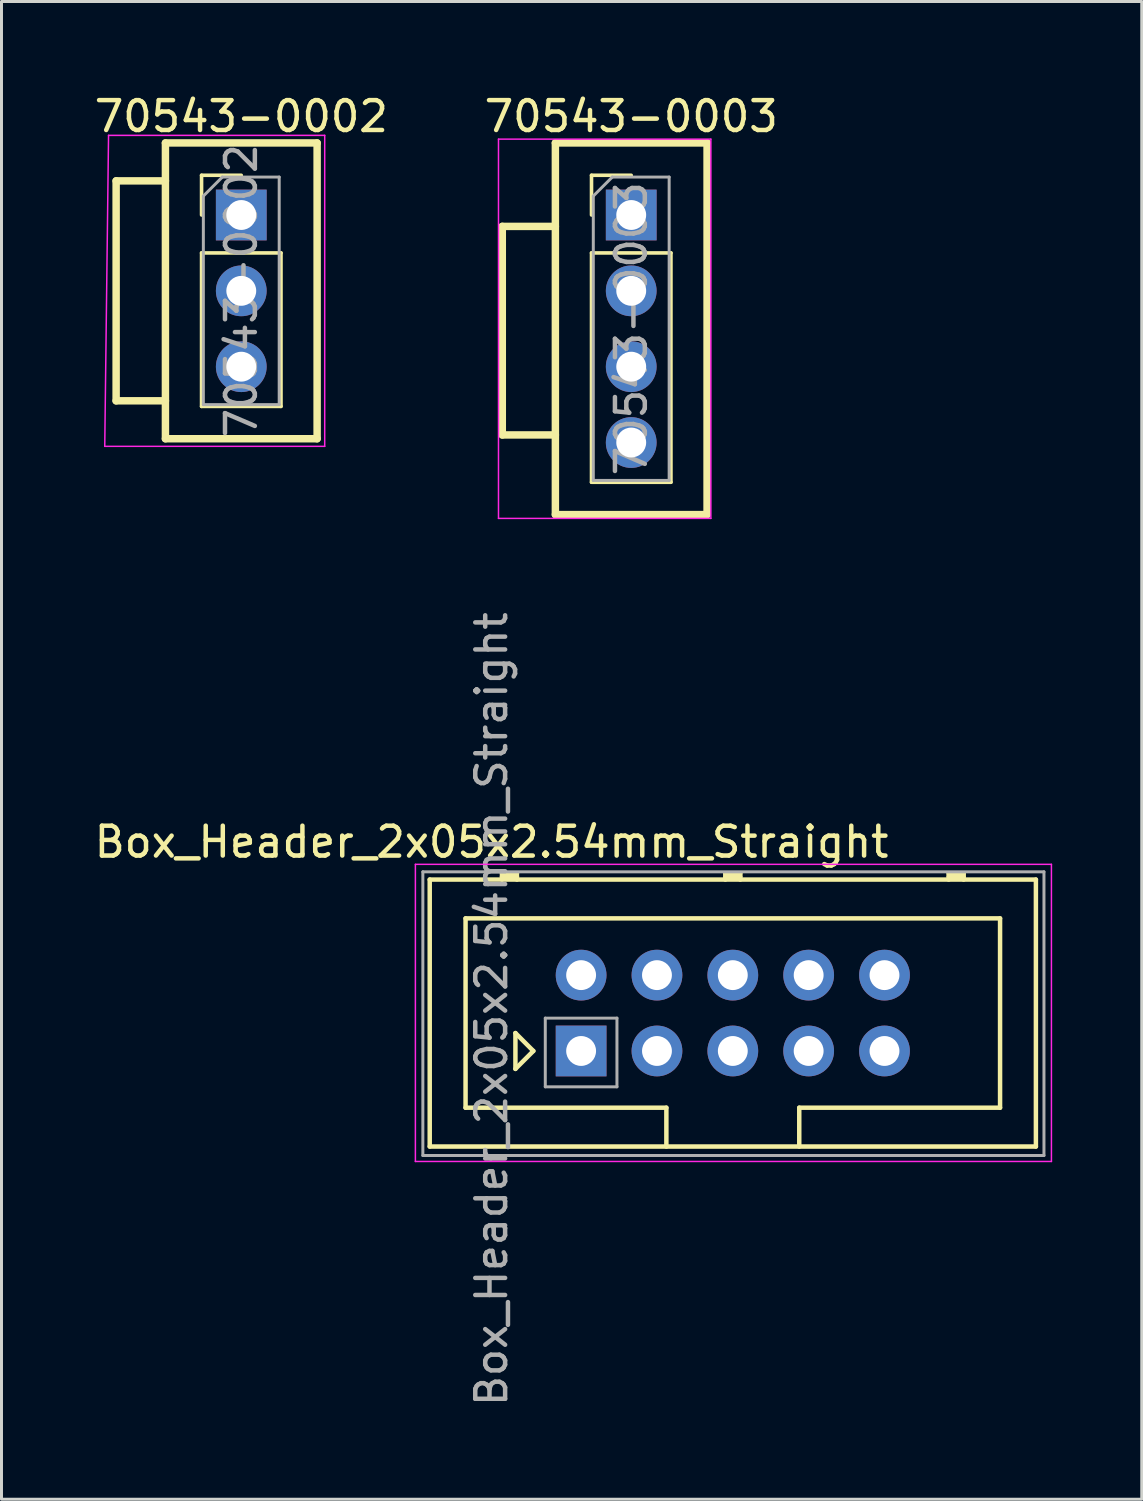
<source format=kicad_pcb>
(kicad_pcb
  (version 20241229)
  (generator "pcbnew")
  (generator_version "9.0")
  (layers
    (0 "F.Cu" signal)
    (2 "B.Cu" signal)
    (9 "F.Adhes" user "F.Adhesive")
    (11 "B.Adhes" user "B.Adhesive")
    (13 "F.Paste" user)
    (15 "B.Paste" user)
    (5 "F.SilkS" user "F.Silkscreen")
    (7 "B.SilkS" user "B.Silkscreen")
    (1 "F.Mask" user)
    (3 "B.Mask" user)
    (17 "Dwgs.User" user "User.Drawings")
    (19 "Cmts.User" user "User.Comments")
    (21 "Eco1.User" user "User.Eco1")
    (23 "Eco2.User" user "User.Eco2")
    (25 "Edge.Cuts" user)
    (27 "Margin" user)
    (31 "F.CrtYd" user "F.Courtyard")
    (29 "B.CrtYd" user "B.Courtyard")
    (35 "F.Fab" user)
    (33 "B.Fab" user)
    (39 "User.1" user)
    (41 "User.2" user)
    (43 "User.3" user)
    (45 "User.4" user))
  (footprint "70543-0003"
    (layer "F.Cu")
    (at 18.089 4.15)
    (property "Reference" "70543-0003" (at 0 -3.302 0) (layer "F.SilkS") (effects (font (size 1 1) (thickness 0.15))))
    (attr through_hole)
    (fp_line (start -4.318 0.381) (end -4.318 7.366) (stroke (width 0.25) (type solid)) (layer "F.SilkS"))
    (fp_line (start -4.318 7.366) (end -2.54 7.366) (stroke (width 0.25) (type solid)) (layer "F.SilkS"))
    (fp_line (start -2.54 -2.413) (end -2.54 10.033) (stroke (width 0.25) (type solid)) (layer "F.SilkS"))
    (fp_line (start -2.54 0.381) (end -4.318 0.381) (stroke (width 0.25) (type solid)) (layer "F.SilkS"))
    (fp_line (start -2.54 10.033) (end 2.54 10.033) (stroke (width 0.25) (type solid)) (layer "F.SilkS"))
    (fp_line (start -1.33 -1.33) (end 0 -1.33) (stroke (width 0.12) (type solid)) (layer "F.SilkS"))
    (fp_line (start -1.33 0) (end -1.33 -1.33) (stroke (width 0.12) (type solid)) (layer "F.SilkS"))
    (fp_line (start -1.33 1.27) (end -1.33 8.95) (stroke (width 0.12) (type solid)) (layer "F.SilkS"))
    (fp_line (start -1.33 1.27) (end 1.33 1.27) (stroke (width 0.12) (type solid)) (layer "F.SilkS"))
    (fp_line (start -1.33 8.95) (end 1.33 8.95) (stroke (width 0.12) (type solid)) (layer "F.SilkS"))
    (fp_line (start 1.33 1.27) (end 1.33 8.95) (stroke (width 0.12) (type solid)) (layer "F.SilkS"))
    (fp_line (start 2.54 -2.413) (end -2.54 -2.413) (stroke (width 0.25) (type solid)) (layer "F.SilkS"))
    (fp_line (start 2.54 10.033) (end 2.54 -2.413) (stroke (width 0.25) (type solid)) (layer "F.SilkS"))
    (fp_line (start -4.445 -2.54) (end -4.445 10.16) (stroke (width 0.05) (type solid)) (layer "F.CrtYd"))
    (fp_line (start -4.445 10.16) (end 2.667 10.16) (stroke (width 0.05) (type solid)) (layer "F.CrtYd"))
    (fp_line (start 2.667 -2.54) (end -4.445 -2.54) (stroke (width 0.05) (type solid)) (layer "F.CrtYd"))
    (fp_line (start 2.667 10.16) (end 2.667 -2.54) (stroke (width 0.05) (type solid)) (layer "F.CrtYd"))
    (fp_line (start -1.27 -0.635) (end -0.635 -1.27) (stroke (width 0.1) (type solid)) (layer "F.Fab"))
    (fp_line (start -1.27 8.89) (end -1.27 -0.635) (stroke (width 0.1) (type solid)) (layer "F.Fab"))
    (fp_line (start -0.635 -1.27) (end 1.27 -1.27) (stroke (width 0.1) (type solid)) (layer "F.Fab"))
    (fp_line (start 1.27 -1.27) (end 1.27 8.89) (stroke (width 0.1) (type solid)) (layer "F.Fab"))
    (fp_line (start 1.27 8.89) (end -1.27 8.89) (stroke (width 0.1) (type solid)) (layer "F.Fab"))
    (fp_text user "${REFERENCE}" (at 0 3.81 90) (layer "F.Fab") (effects (font (size 1 1) (thickness 0.15))))
    (pad "1" thru_hole rect (at 0 0) (size 1.7 1.7) (drill 1) (layers "*.Cu" "*.Mask"))
    (pad "2" thru_hole oval (at 0 2.54) (size 1.7 1.7) (drill 1) (layers "*.Cu" "*.Mask"))
    (pad "3" thru_hole oval (at 0 5.08) (size 1.7 1.7) (drill 1) (layers "*.Cu" "*.Mask"))
    (pad "4" thru_hole oval (at 0 7.62) (size 1.7 1.7) (drill 1) (layers "*.Cu" "*.Mask")))
  (footprint "Box_Header_2x05x2.54mm_Straight"
    (layer "F.Cu")
    (at 16.411 32.146)
    (property "Reference" "Box_Header_2x05x2.54mm_Straight" (at -3 -7 0) (layer "F.SilkS") (effects (font (size 1 1) (thickness 0.15))))
    (attr through_hole)
    (fp_line (start -5.07 -5.74) (end 15.23 -5.74) (stroke (width 0.15) (type solid)) (layer "F.SilkS"))
    (fp_line (start -5.07 3.2) (end -5.07 -5.74) (stroke (width 0.15) (type solid)) (layer "F.SilkS"))
    (fp_line (start -3.87 -4.44) (end 14.03 -4.44) (stroke (width 0.15) (type solid)) (layer "F.SilkS"))
    (fp_line (start -3.87 1.9) (end -3.87 -4.44) (stroke (width 0.15) (type solid)) (layer "F.SilkS"))
    (fp_line (start -2.65 -5.94) (end -2.15 -5.94) (stroke (width 0.15) (type solid)) (layer "F.SilkS"))
    (fp_line (start -2.65 -5.84) (end -2.15 -5.84) (stroke (width 0.15) (type solid)) (layer "F.SilkS"))
    (fp_line (start -2.65 -5.74) (end -2.65 -5.94) (stroke (width 0.15) (type solid)) (layer "F.SilkS"))
    (fp_line (start -2.2 -0.6) (end -1.6 0) (stroke (width 0.15) (type solid)) (layer "F.SilkS"))
    (fp_line (start -2.2 0.6) (end -2.2 -0.6) (stroke (width 0.15) (type solid)) (layer "F.SilkS"))
    (fp_line (start -2.15 -5.94) (end -2.15 -5.74) (stroke (width 0.15) (type solid)) (layer "F.SilkS"))
    (fp_line (start -1.6 0) (end -2.2 0.6) (stroke (width 0.15) (type solid)) (layer "F.SilkS"))
    (fp_line (start 2.855 1.9) (end -3.87 1.9) (stroke (width 0.15) (type solid)) (layer "F.SilkS"))
    (fp_line (start 2.855 3.2) (end 2.855 1.9) (stroke (width 0.15) (type solid)) (layer "F.SilkS"))
    (fp_line (start 4.83 -5.94) (end 5.33 -5.94) (stroke (width 0.15) (type solid)) (layer "F.SilkS"))
    (fp_line (start 4.83 -5.84) (end 5.33 -5.84) (stroke (width 0.15) (type solid)) (layer "F.SilkS"))
    (fp_line (start 4.83 -5.74) (end 4.83 -5.94) (stroke (width 0.15) (type solid)) (layer "F.SilkS"))
    (fp_line (start 5.33 -5.94) (end 5.33 -5.74) (stroke (width 0.15) (type solid)) (layer "F.SilkS"))
    (fp_line (start 7.305 1.9) (end 7.305 3.2) (stroke (width 0.15) (type solid)) (layer "F.SilkS"))
    (fp_line (start 12.31 -5.94) (end 12.81 -5.94) (stroke (width 0.15) (type solid)) (layer "F.SilkS"))
    (fp_line (start 12.31 -5.84) (end 12.81 -5.84) (stroke (width 0.15) (type solid)) (layer "F.SilkS"))
    (fp_line (start 12.31 -5.74) (end 12.31 -5.94) (stroke (width 0.15) (type solid)) (layer "F.SilkS"))
    (fp_line (start 12.81 -5.94) (end 12.81 -5.74) (stroke (width 0.15) (type solid)) (layer "F.SilkS"))
    (fp_line (start 14.03 -4.44) (end 14.03 1.9) (stroke (width 0.15) (type solid)) (layer "F.SilkS"))
    (fp_line (start 14.03 1.9) (end 7.305 1.9) (stroke (width 0.15) (type solid)) (layer "F.SilkS"))
    (fp_line (start 15.23 -5.74) (end 15.23 3.2) (stroke (width 0.15) (type solid)) (layer "F.SilkS"))
    (fp_line (start 15.23 3.2) (end -5.07 3.2) (stroke (width 0.15) (type solid)) (layer "F.SilkS"))
    (fp_line (start -5.55 -6.25) (end 15.75 -6.25) (stroke (width 0.05) (type solid)) (layer "F.CrtYd"))
    (fp_line (start -5.55 3.7) (end -5.55 -6.25) (stroke (width 0.05) (type solid)) (layer "F.CrtYd"))
    (fp_line (start 15.75 -6.25) (end 15.75 3.7) (stroke (width 0.05) (type solid)) (layer "F.CrtYd"))
    (fp_line (start 15.75 3.7) (end -5.55 3.7) (stroke (width 0.05) (type solid)) (layer "F.CrtYd"))
    (fp_line (start -5.3 -6) (end 15.5 -6) (stroke (width 0.1) (type solid)) (layer "F.Fab"))
    (fp_line (start -5.3 3.5) (end -5.3 -6) (stroke (width 0.1) (type solid)) (layer "F.Fab"))
    (fp_line (start -1.2 -1.1) (end 1.2 -1.1) (stroke (width 0.1) (type solid)) (layer "F.Fab"))
    (fp_line (start -1.2 1.2) (end -1.2 -1.1) (stroke (width 0.1) (type solid)) (layer "F.Fab"))
    (fp_line (start 1.2 -1.1) (end 1.2 1.2) (stroke (width 0.1) (type solid)) (layer "F.Fab"))
    (fp_line (start 1.2 1.2) (end -1.2 1.2) (stroke (width 0.1) (type solid)) (layer "F.Fab"))
    (fp_line (start 15.5 -6) (end 15.5 3.5) (stroke (width 0.1) (type solid)) (layer "F.Fab"))
    (fp_line (start 15.5 3.5) (end -5.3 3.5) (stroke (width 0.1) (type solid)) (layer "F.Fab"))
    (fp_text user "${REFERENCE}" (at -3 -1.4 90) (layer "F.Fab") (effects (font (size 1 1) (thickness 0.15))))
    (pad "1" thru_hole rect (at 0 0) (size 1.7 1.7) (drill 1) (layers "*.Cu" "*.Mask"))
    (pad "2" thru_hole circle (at 0 -2.54) (size 1.7 1.7) (drill 1) (layers "*.Cu" "*.Mask"))
    (pad "3" thru_hole circle (at 2.54 0) (size 1.7 1.7) (drill 1) (layers "*.Cu" "*.Mask"))
    (pad "4" thru_hole circle (at 2.54 -2.54) (size 1.7 1.7) (drill 1) (layers "*.Cu" "*.Mask"))
    (pad "5" thru_hole circle (at 5.08 0) (size 1.7 1.7) (drill 1) (layers "*.Cu" "*.Mask"))
    (pad "6" thru_hole circle (at 5.08 -2.54) (size 1.7 1.7) (drill 1) (layers "*.Cu" "*.Mask"))
    (pad "7" thru_hole circle (at 7.62 0) (size 1.7 1.7) (drill 1) (layers "*.Cu" "*.Mask"))
    (pad "8" thru_hole circle (at 7.62 -2.54) (size 1.7 1.7) (drill 1) (layers "*.Cu" "*.Mask"))
    (pad "9" thru_hole circle (at 10.16 0) (size 1.7 1.7) (drill 1) (layers "*.Cu" "*.Mask"))
    (pad "10" thru_hole circle (at 10.16 -2.54) (size 1.7 1.7) (drill 1) (layers "*.Cu" "*.Mask")))
  (footprint "70543-0002"
    (layer "F.Cu")
    (at 5.03 4.15)
    (property "Reference" "70543-0002" (at 0 -3.302 0) (layer "F.SilkS") (effects (font (size 1 1) (thickness 0.15))))
    (attr through_hole)
    (fp_line (start -4.191 -1.143) (end -4.191 6.223) (stroke (width 0.25) (type solid)) (layer "F.SilkS"))
    (fp_line (start -4.191 6.223) (end -2.54 6.223) (stroke (width 0.25) (type solid)) (layer "F.SilkS"))
    (fp_line (start -2.54 -2.413) (end -2.54 7.493) (stroke (width 0.25) (type solid)) (layer "F.SilkS"))
    (fp_line (start -2.54 -1.143) (end -4.191 -1.143) (stroke (width 0.25) (type solid)) (layer "F.SilkS"))
    (fp_line (start -2.54 7.493) (end 2.54 7.493) (stroke (width 0.25) (type solid)) (layer "F.SilkS"))
    (fp_line (start -1.33 -1.33) (end 0 -1.33) (stroke (width 0.12) (type solid)) (layer "F.SilkS"))
    (fp_line (start -1.33 0) (end -1.33 -1.33) (stroke (width 0.12) (type solid)) (layer "F.SilkS"))
    (fp_line (start -1.33 1.27) (end -1.33 6.41) (stroke (width 0.12) (type solid)) (layer "F.SilkS"))
    (fp_line (start -1.33 1.27) (end 1.33 1.27) (stroke (width 0.12) (type solid)) (layer "F.SilkS"))
    (fp_line (start -1.33 6.41) (end 1.33 6.41) (stroke (width 0.12) (type solid)) (layer "F.SilkS"))
    (fp_line (start 1.33 1.27) (end 1.33 6.41) (stroke (width 0.12) (type solid)) (layer "F.SilkS"))
    (fp_line (start 2.54 -2.413) (end -2.54 -2.413) (stroke (width 0.25) (type solid)) (layer "F.SilkS"))
    (fp_line (start 2.54 7.493) (end 2.54 -2.413) (stroke (width 0.25) (type solid)) (layer "F.SilkS"))
    (fp_line (start -4.572 7.747) (end 2.794 7.747) (stroke (width 0.05) (type solid)) (layer "F.CrtYd"))
    (fp_line (start -4.445 -2.667) (end -4.572 7.747) (stroke (width 0.05) (type solid)) (layer "F.CrtYd"))
    (fp_line (start 2.794 -2.667) (end -4.445 -2.667) (stroke (width 0.05) (type solid)) (layer "F.CrtYd"))
    (fp_line (start 2.794 7.747) (end 2.794 -2.667) (stroke (width 0.05) (type solid)) (layer "F.CrtYd"))
    (fp_line (start -1.27 -0.635) (end -0.635 -1.27) (stroke (width 0.1) (type solid)) (layer "F.Fab"))
    (fp_line (start -1.27 6.35) (end -1.27 -0.635) (stroke (width 0.1) (type solid)) (layer "F.Fab"))
    (fp_line (start -0.635 -1.27) (end 1.27 -1.27) (stroke (width 0.1) (type solid)) (layer "F.Fab"))
    (fp_line (start 1.27 -1.27) (end 1.27 6.35) (stroke (width 0.1) (type solid)) (layer "F.Fab"))
    (fp_line (start 1.27 6.35) (end -1.27 6.35) (stroke (width 0.1) (type solid)) (layer "F.Fab"))
    (fp_text user "${REFERENCE}" (at 0 2.54 90) (layer "F.Fab") (effects (font (size 1 1) (thickness 0.15))))
    (pad "1" thru_hole rect (at 0 0) (size 1.7 1.7) (drill 1) (layers "*.Cu" "*.Mask"))
    (pad "2" thru_hole oval (at 0 2.54) (size 1.7 1.7) (drill 1) (layers "*.Cu" "*.Mask"))
    (pad "3" thru_hole oval (at 0 5.08) (size 1.7 1.7) (drill 1) (layers "*.Cu" "*.Mask")))
  (gr_rect
    (start -3 -3)
    (end 35.186 47.157)
    (stroke (width 0.1) (type default))
    (fill no)
    (layer "Edge.Cuts")))
</source>
